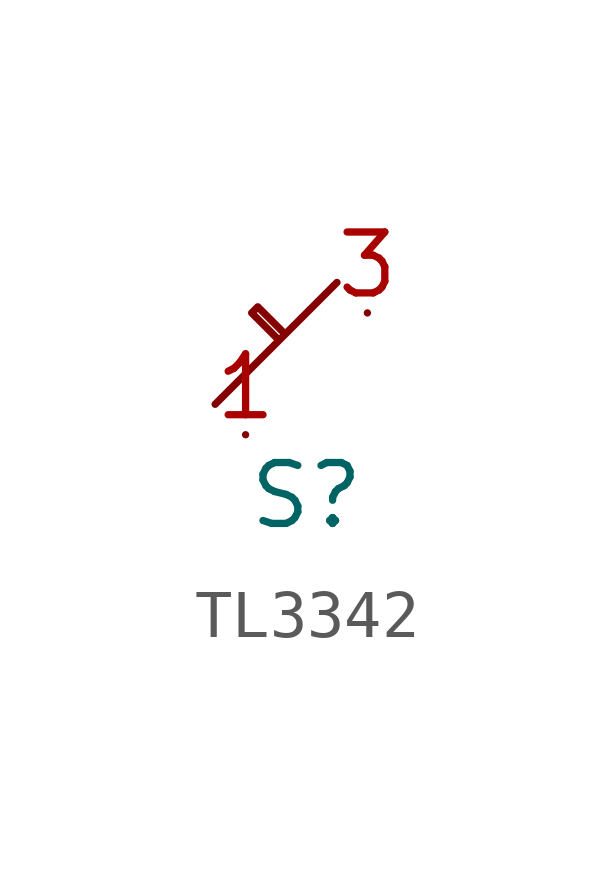
<source format=kicad_sym>
(kicad_symbol_lib
  (version 20220914)
  (generator kicad_symbol_editor)
  (symbol "TL3342"
    (pin_names hide)
    (property "Reference" "S"
      (at 0 -2.54 0)
      (effects (font (size 1.27 1.27))))
    (property "Value" ""
      (at 0 0 0)
      (effects (font (size 1.27 1.27))))
    (symbol "TL3342_0_1"
      (polyline (pts (xy -1.905 -0.635) (xy 0.635 1.905)) (stroke (width 0) (type default)) (fill (type none)))
      (polyline (pts (xy -0.508 0.889) (xy -1.016 1.397) (xy -1.143 1.27) (xy -0.635 0.762)) (stroke (width 0) (type default)) (fill (type none))))
    (symbol "TL3342_1_1"
      (pin passive line (at -1.27 -1.27 180) (length 0) (name "Pin1" (effects (font (size 1.27 1.27)))) (number "1" (effects (font (size 1.27 1.27)))))
      (pin passive line (at -1.27 -1.27 180) (length 0) hide (name "Pin1" (effects (font (size 1.27 1.27)))) (number "2" (effects (font (size 1.27 1.27)))))
      (pin passive line (at 1.27 1.27 180) (length 0) (name "Pin2" (effects (font (size 1.27 1.27)))) (number "3" (effects (font (size 1.27 1.27)))))
      (pin passive line (at 1.27 1.27 180) (length 0) hide (name "Pin2" (effects (font (size 1.27 1.27)))) (number "4" (effects (font (size 1.27 1.27))))))))
</source>
